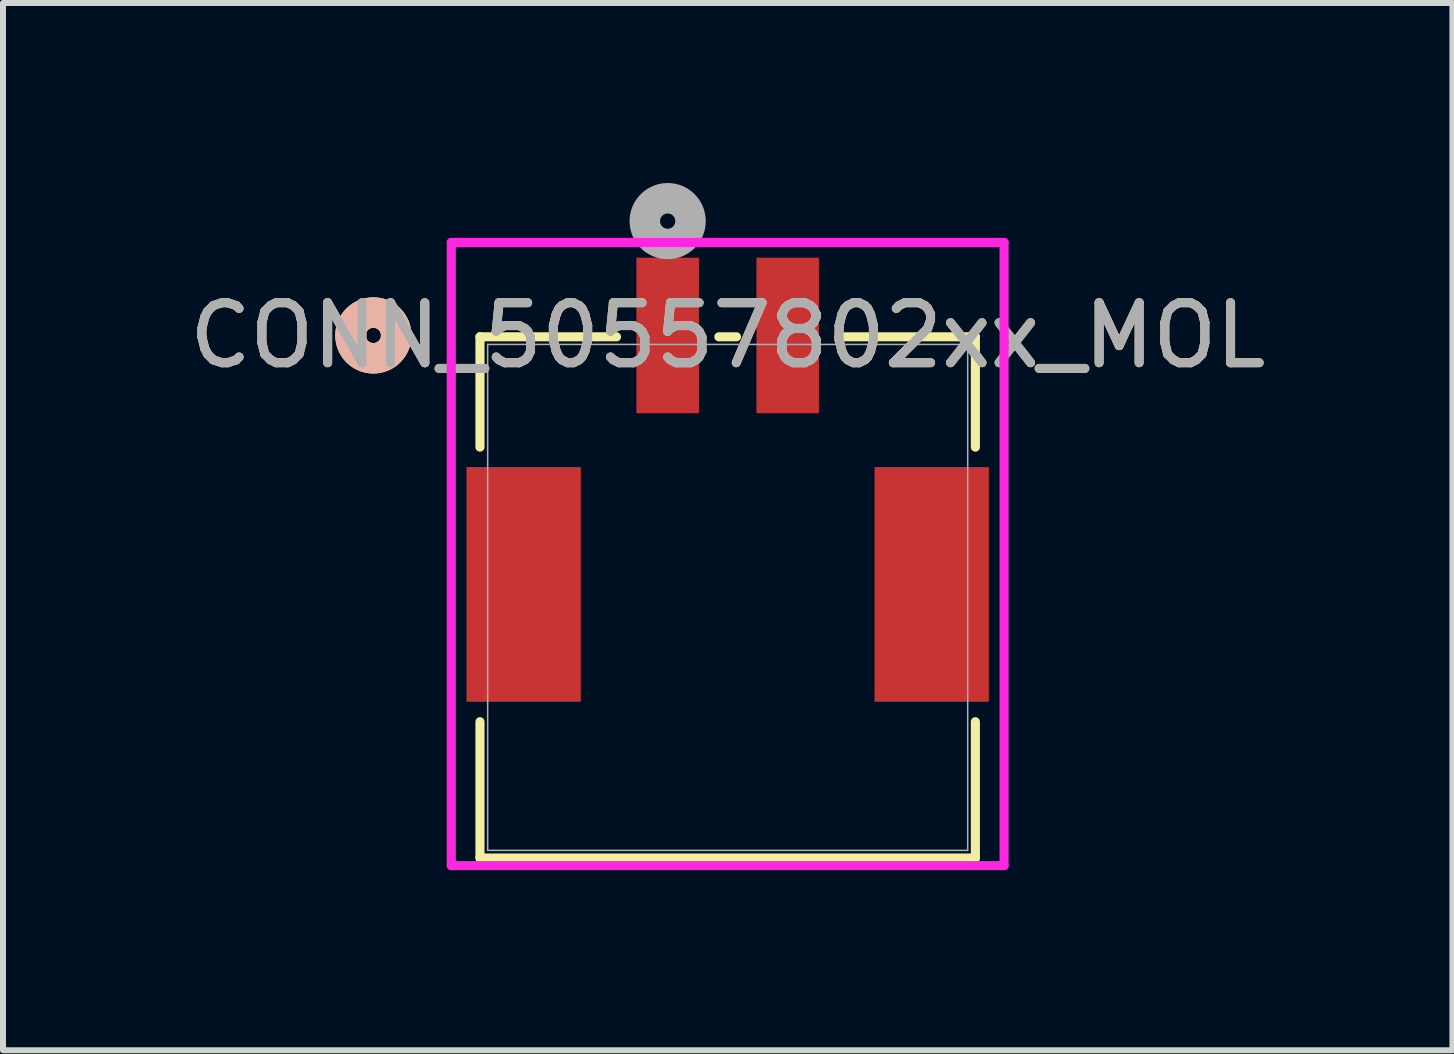
<source format=kicad_pcb>
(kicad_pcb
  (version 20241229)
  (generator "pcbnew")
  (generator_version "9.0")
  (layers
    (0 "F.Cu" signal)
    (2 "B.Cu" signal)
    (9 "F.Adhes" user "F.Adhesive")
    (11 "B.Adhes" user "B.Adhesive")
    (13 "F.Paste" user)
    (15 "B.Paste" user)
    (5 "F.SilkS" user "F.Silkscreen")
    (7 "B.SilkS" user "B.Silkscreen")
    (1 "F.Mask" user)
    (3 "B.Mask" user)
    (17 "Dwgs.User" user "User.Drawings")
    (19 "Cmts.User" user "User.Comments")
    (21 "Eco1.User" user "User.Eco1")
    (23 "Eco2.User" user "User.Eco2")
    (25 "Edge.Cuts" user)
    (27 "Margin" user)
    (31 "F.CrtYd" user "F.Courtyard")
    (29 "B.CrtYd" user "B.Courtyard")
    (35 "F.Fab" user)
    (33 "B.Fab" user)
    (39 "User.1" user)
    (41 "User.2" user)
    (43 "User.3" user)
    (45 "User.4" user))
  (footprint "CONN_50557802xx_MOL"
    (layer "F.Cu")
    (at 9.077 6.906)
    (property "Reference" "CONN_50557802xx_MOL" (at 0 -4.366 0) (unlocked yes) (layer "F.SilkS") (effects (font (size 1 1) (thickness 0.15))))
    (attr smd)
    (fp_line (start -4.128 -4.343) (end -4.128 -2.505) (stroke (width 0.152) (type solid)) (layer "F.SilkS"))
    (fp_line (start -4.128 2.072) (end -4.128 4.343) (stroke (width 0.152) (type solid)) (layer "F.SilkS"))
    (fp_line (start -4.128 4.343) (end 4.128 4.343) (stroke (width 0.152) (type solid)) (layer "F.SilkS"))
    (fp_line (start -1.853 -4.343) (end -4.128 -4.343) (stroke (width 0.152) (type solid)) (layer "F.SilkS"))
    (fp_line (start 0.147 -4.343) (end -0.147 -4.343) (stroke (width 0.152) (type solid)) (layer "F.SilkS"))
    (fp_line (start 4.128 -4.343) (end 1.853 -4.343) (stroke (width 0.152) (type solid)) (layer "F.SilkS"))
    (fp_line (start 4.128 -2.505) (end 4.128 -4.343) (stroke (width 0.152) (type solid)) (layer "F.SilkS"))
    (fp_line (start 4.128 4.343) (end 4.128 2.072) (stroke (width 0.152) (type solid)) (layer "F.SilkS"))
    (fp_circle (center -5.905 -4.366) (end -5.524 -4.366) (stroke (width 0.508) (type solid)) (fill no) (layer "F.SilkS"))
    (fp_circle (center -5.905 -4.366) (end -5.524 -4.366) (stroke (width 0.508) (type solid)) (fill no) (layer "B.SilkS"))
    (fp_line (start -4.606 -5.916) (end -4.606 4.47) (stroke (width 0.152) (type solid)) (layer "F.CrtYd"))
    (fp_line (start -4.606 4.47) (end 4.606 4.47) (stroke (width 0.152) (type solid)) (layer "F.CrtYd"))
    (fp_line (start 4.606 -5.916) (end -4.606 -5.916) (stroke (width 0.152) (type solid)) (layer "F.CrtYd"))
    (fp_line (start 4.606 4.47) (end 4.606 -5.916) (stroke (width 0.152) (type solid)) (layer "F.CrtYd"))
    (fp_line (start -4 -4.216) (end -4 4.216) (stroke (width 0.025) (type solid)) (layer "F.Fab"))
    (fp_line (start -4 4.216) (end 4 4.216) (stroke (width 0.025) (type solid)) (layer "F.Fab"))
    (fp_line (start 4 -4.216) (end -4 -4.216) (stroke (width 0.025) (type solid)) (layer "F.Fab"))
    (fp_line (start 4 4.216) (end 4 -4.216) (stroke (width 0.025) (type solid)) (layer "F.Fab"))
    (fp_circle (center -1 -6.271) (end -0.619 -6.271) (stroke (width 0.508) (type solid)) (fill no) (layer "F.Fab"))
    (fp_text user "${REFERENCE}" (at 0 -4.366 0) (unlocked yes) (layer "F.Fab") (effects (font (size 1 1) (thickness 0.15))))
    (pad "1" smd rect (at -1 -4.366) (size 1.041 2.591) (layers "F.Cu" "F.Mask" "F.Paste"))
    (pad "2" smd rect (at 1 -4.366) (size 1.041 2.591) (layers "F.Cu" "F.Mask" "F.Paste"))
    (pad "3" smd rect (at -3.4 -0.216) (size 1.905 3.912) (layers "F.Cu" "F.Mask" "F.Paste"))
    (pad "4" smd rect (at 3.4 -0.216) (size 1.905 3.912) (layers "F.Cu" "F.Mask" "F.Paste")))
  (gr_rect
    (start -3 -3)
    (end 21.155 14.453)
    (stroke (width 0.1) (type default))
    (fill no)
    (layer "Edge.Cuts")))
</source>
